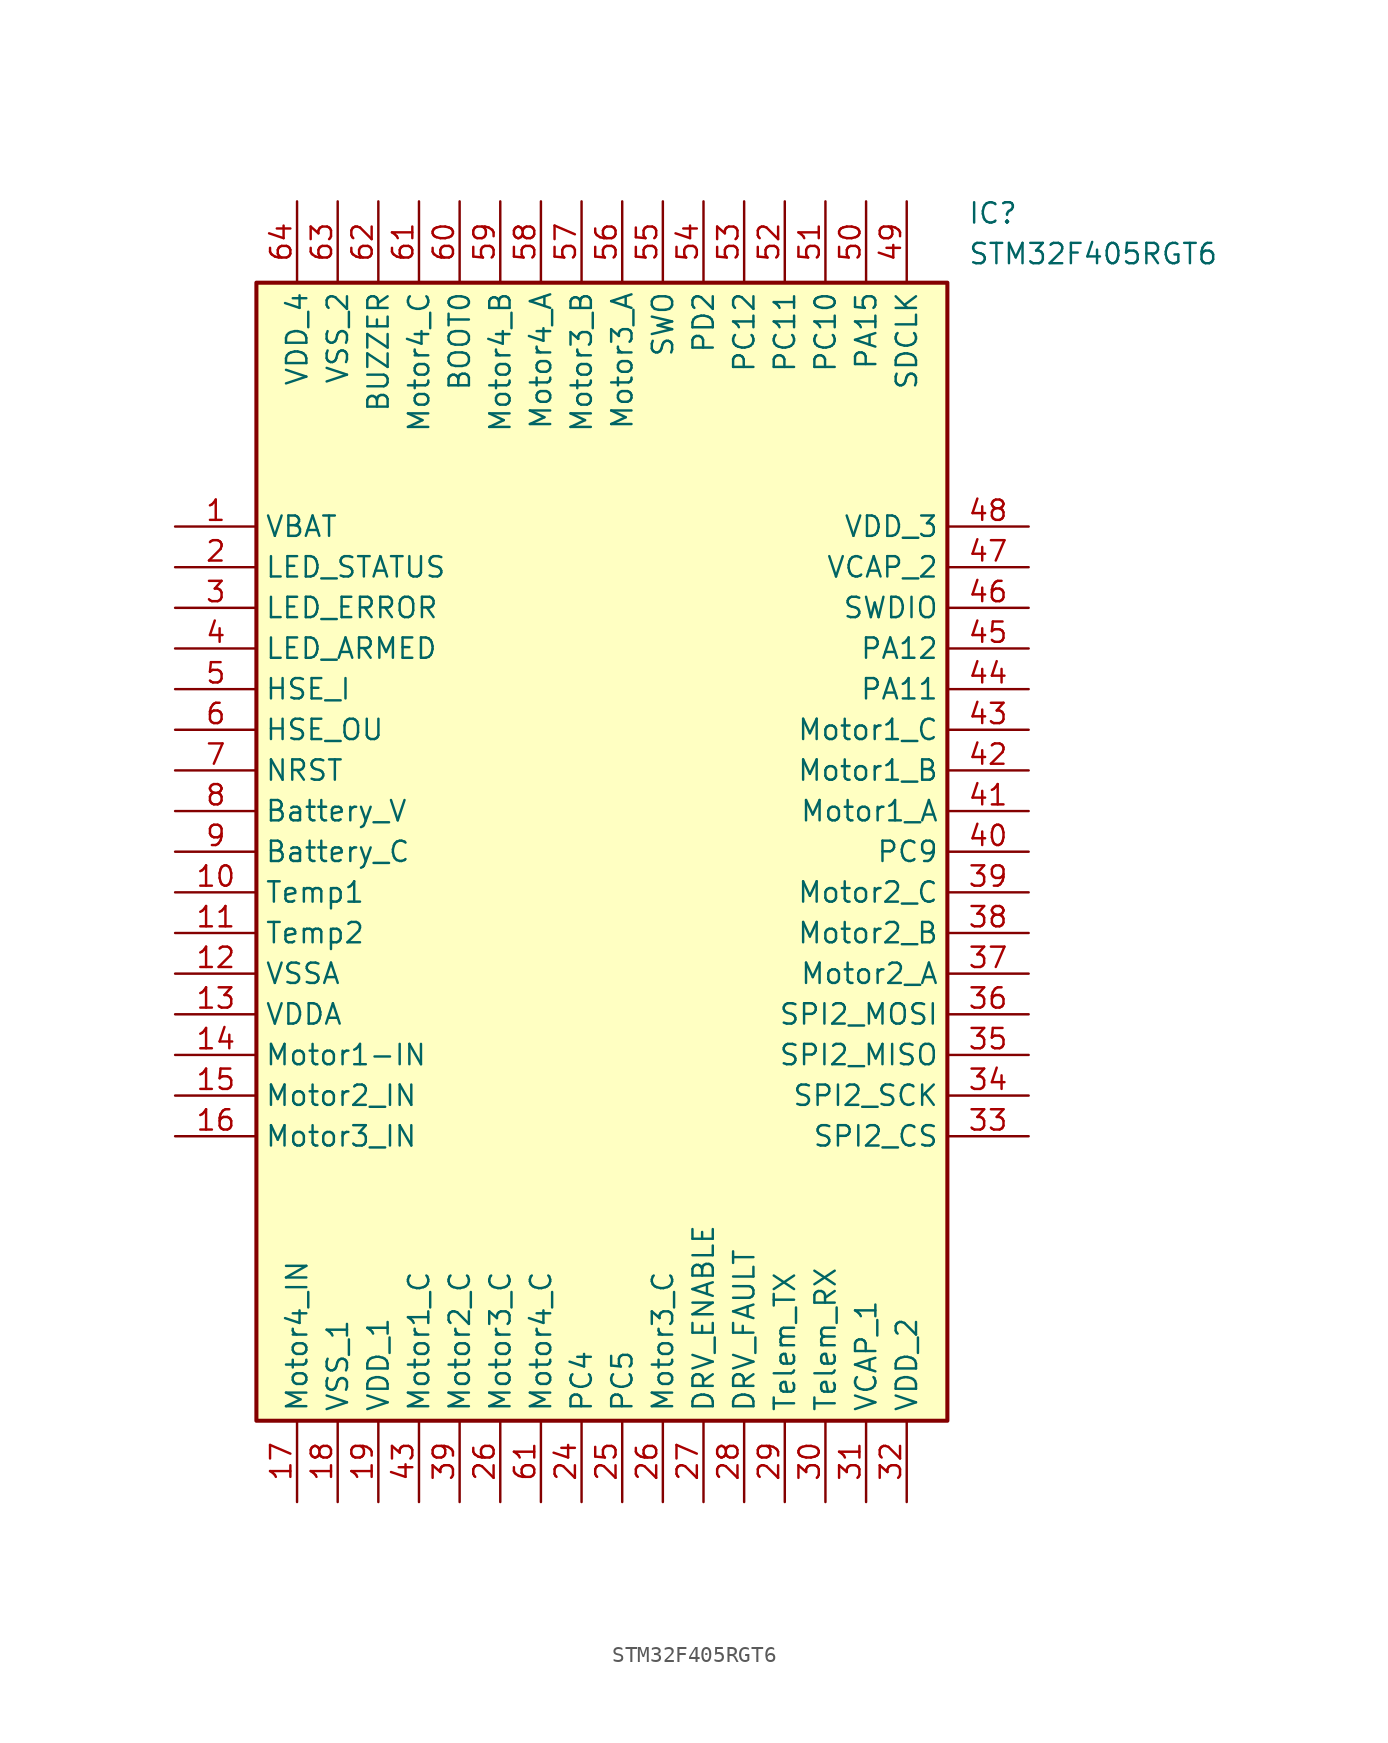
<source format=kicad_sym>
(kicad_symbol_lib
  (version 20211014)
  (generator SamacSys_ECAD_Model)
  (symbol "STM32F405RGT6"
    (property "Reference" "IC"
      (at 49.53 20.32 0)
      (effects (font (size 1.27 1.27)) (justify left top)))
    (property "Value" "STM32F405RGT6"
      (at 49.53 17.78 0)
      (effects (font (size 1.27 1.27)) (justify left top)))
    (rectangle
      (start 5.08 15.24)
      (end 48.26 -55.88)
      (stroke (width 0.254) (type default))
      (fill (type background)))
    (pin passive line
      (at 0 0 0)
      (length 5.08)
      (name "VBAT" (effects (font (size 1.27 1.27))))
      (number "1" (effects (font (size 1.27 1.27)))))
    (pin passive line
      (at 0 -2.54 0)
      (length 5.08)
      (name "LED_STATUS" (effects (font (size 1.27 1.27))))
      (number "2" (effects (font (size 1.27 1.27)))))
    (pin passive line
      (at 0 -5.08 0)
      (length 5.08)
      (name "LED_ERROR" (effects (font (size 1.27 1.27))))
      (number "3" (effects (font (size 1.27 1.27)))))
    (pin passive line
      (at 0 -7.62 0)
      (length 5.08)
      (name "LED_ARMED" (effects (font (size 1.27 1.27))))
      (number "4" (effects (font (size 1.27 1.27)))))
    (pin passive line
      (at 0 -10.16 0)
      (length 5.08)
      (name "HSE_I" (effects (font (size 1.27 1.27))))
      (number "5" (effects (font (size 1.27 1.27)))))
    (pin passive line
      (at 0 -12.7 0)
      (length 5.08)
      (name "HSE_OU" (effects (font (size 1.27 1.27))))
      (number "6" (effects (font (size 1.27 1.27)))))
    (pin passive line
      (at 0 -15.24 0)
      (length 5.08)
      (name "NRST" (effects (font (size 1.27 1.27))))
      (number "7" (effects (font (size 1.27 1.27)))))
    (pin passive line
      (at 0 -17.78 0)
      (length 5.08)
      (name "Battery_V" (effects (font (size 1.27 1.27))))
      (number "8" (effects (font (size 1.27 1.27)))))
    (pin passive line
      (at 0 -20.32 0)
      (length 5.08)
      (name "Battery_C" (effects (font (size 1.27 1.27))))
      (number "9" (effects (font (size 1.27 1.27)))))
    (pin passive line
      (at 0 -22.86 0)
      (length 5.08)
      (name "Temp1" (effects (font (size 1.27 1.27))))
      (number "10" (effects (font (size 1.27 1.27)))))
    (pin passive line
      (at 0 -25.4 0)
      (length 5.08)
      (name "Temp2" (effects (font (size 1.27 1.27))))
      (number "11" (effects (font (size 1.27 1.27)))))
    (pin passive line
      (at 0 -27.94 0)
      (length 5.08)
      (name "VSSA" (effects (font (size 1.27 1.27))))
      (number "12" (effects (font (size 1.27 1.27)))))
    (pin passive line
      (at 0 -30.48 0)
      (length 5.08)
      (name "VDDA" (effects (font (size 1.27 1.27))))
      (number "13" (effects (font (size 1.27 1.27)))))
    (pin passive line
      (at 0 -33.02 0)
      (length 5.08)
      (name "Motor1-IN" (effects (font (size 1.27 1.27))))
      (number "14" (effects (font (size 1.27 1.27)))))
    (pin passive line
      (at 0 -35.56 0)
      (length 5.08)
      (name "Motor2_IN" (effects (font (size 1.27 1.27))))
      (number "15" (effects (font (size 1.27 1.27)))))
    (pin passive line
      (at 0 -38.1 0)
      (length 5.08)
      (name "Motor3_IN" (effects (font (size 1.27 1.27))))
      (number "16" (effects (font (size 1.27 1.27)))))
    (pin passive line
      (at 7.62 -60.96 90)
      (length 5.08)
      (name "Motor4_IN" (effects (font (size 1.27 1.27))))
      (number "17" (effects (font (size 1.27 1.27)))))
    (pin passive line
      (at 10.16 -60.96 90)
      (length 5.08)
      (name "VSS_1" (effects (font (size 1.27 1.27))))
      (number "18" (effects (font (size 1.27 1.27)))))
    (pin passive line
      (at 12.7 -60.96 90)
      (length 5.08)
      (name "VDD_1" (effects (font (size 1.27 1.27))))
      (number "19" (effects (font (size 1.27 1.27)))))
    (pin passive line
      (at 15.24 -60.96 90)
      (length 5.08)
      (name "Motor1_C" (effects (font (size 1.27 1.27))))
      (number "43" (effects (font (size 1.27 1.27)))))
    (pin passive line
      (at 17.78 -60.96 90)
      (length 5.08)
      (name "Motor2_C" (effects (font (size 1.27 1.27))))
      (number "39" (effects (font (size 1.27 1.27)))))
    (pin passive line
      (at 20.32 -60.96 90)
      (length 5.08)
      (name "Motor3_C" (effects (font (size 1.27 1.27))))
      (number "26" (effects (font (size 1.27 1.27)))))
    (pin passive line
      (at 22.86 -60.96 90)
      (length 5.08)
      (name "Motor4_C" (effects (font (size 1.27 1.27))))
      (number "61" (effects (font (size 1.27 1.27)))))
    (pin passive line
      (at 25.4 -60.96 90)
      (length 5.08)
      (name "PC4" (effects (font (size 1.27 1.27))))
      (number "24" (effects (font (size 1.27 1.27)))))
    (pin passive line
      (at 27.94 -60.96 90)
      (length 5.08)
      (name "PC5" (effects (font (size 1.27 1.27))))
      (number "25" (effects (font (size 1.27 1.27)))))
    (pin passive line
      (at 30.48 -60.96 90)
      (length 5.08)
      (name "Motor3_C" (effects (font (size 1.27 1.27))))
      (number "26" (effects (font (size 1.27 1.27)))))
    (pin passive line
      (at 33.02 -60.96 90)
      (length 5.08)
      (name "DRV_ENABLE" (effects (font (size 1.27 1.27))))
      (number "27" (effects (font (size 1.27 1.27)))))
    (pin passive line
      (at 35.56 -60.96 90)
      (length 5.08)
      (name "DRV_FAULT" (effects (font (size 1.27 1.27))))
      (number "28" (effects (font (size 1.27 1.27)))))
    (pin passive line
      (at 38.1 -60.96 90)
      (length 5.08)
      (name "Telem_TX" (effects (font (size 1.27 1.27))))
      (number "29" (effects (font (size 1.27 1.27)))))
    (pin passive line
      (at 40.64 -60.96 90)
      (length 5.08)
      (name "Telem_RX" (effects (font (size 1.27 1.27))))
      (number "30" (effects (font (size 1.27 1.27)))))
    (pin passive line
      (at 43.18 -60.96 90)
      (length 5.08)
      (name "VCAP_1" (effects (font (size 1.27 1.27))))
      (number "31" (effects (font (size 1.27 1.27)))))
    (pin passive line
      (at 45.72 -60.96 90)
      (length 5.08)
      (name "VDD_2" (effects (font (size 1.27 1.27))))
      (number "32" (effects (font (size 1.27 1.27)))))
    (pin passive line
      (at 53.34 0 180)
      (length 5.08)
      (name "VDD_3" (effects (font (size 1.27 1.27))))
      (number "48" (effects (font (size 1.27 1.27)))))
    (pin passive line
      (at 53.34 -2.54 180)
      (length 5.08)
      (name "VCAP_2" (effects (font (size 1.27 1.27))))
      (number "47" (effects (font (size 1.27 1.27)))))
    (pin passive line
      (at 53.34 -5.08 180)
      (length 5.08)
      (name "SWDIO" (effects (font (size 1.27 1.27))))
      (number "46" (effects (font (size 1.27 1.27)))))
    (pin passive line
      (at 53.34 -7.62 180)
      (length 5.08)
      (name "PA12" (effects (font (size 1.27 1.27))))
      (number "45" (effects (font (size 1.27 1.27)))))
    (pin passive line
      (at 53.34 -10.16 180)
      (length 5.08)
      (name "PA11" (effects (font (size 1.27 1.27))))
      (number "44" (effects (font (size 1.27 1.27)))))
    (pin passive line
      (at 53.34 -12.7 180)
      (length 5.08)
      (name "Motor1_C" (effects (font (size 1.27 1.27))))
      (number "43" (effects (font (size 1.27 1.27)))))
    (pin passive line
      (at 53.34 -15.24 180)
      (length 5.08)
      (name "Motor1_B" (effects (font (size 1.27 1.27))))
      (number "42" (effects (font (size 1.27 1.27)))))
    (pin passive line
      (at 53.34 -17.78 180)
      (length 5.08)
      (name "Motor1_A" (effects (font (size 1.27 1.27))))
      (number "41" (effects (font (size 1.27 1.27)))))
    (pin passive line
      (at 53.34 -20.32 180)
      (length 5.08)
      (name "PC9" (effects (font (size 1.27 1.27))))
      (number "40" (effects (font (size 1.27 1.27)))))
    (pin passive line
      (at 53.34 -22.86 180)
      (length 5.08)
      (name "Motor2_C" (effects (font (size 1.27 1.27))))
      (number "39" (effects (font (size 1.27 1.27)))))
    (pin passive line
      (at 53.34 -25.4 180)
      (length 5.08)
      (name "Motor2_B" (effects (font (size 1.27 1.27))))
      (number "38" (effects (font (size 1.27 1.27)))))
    (pin passive line
      (at 53.34 -27.94 180)
      (length 5.08)
      (name "Motor2_A" (effects (font (size 1.27 1.27))))
      (number "37" (effects (font (size 1.27 1.27)))))
    (pin passive line
      (at 53.34 -30.48 180)
      (length 5.08)
      (name "SPI2_MOSI" (effects (font (size 1.27 1.27))))
      (number "36" (effects (font (size 1.27 1.27)))))
    (pin passive line
      (at 53.34 -33.02 180)
      (length 5.08)
      (name "SPI2_MISO" (effects (font (size 1.27 1.27))))
      (number "35" (effects (font (size 1.27 1.27)))))
    (pin passive line
      (at 53.34 -35.56 180)
      (length 5.08)
      (name "SPI2_SCK" (effects (font (size 1.27 1.27))))
      (number "34" (effects (font (size 1.27 1.27)))))
    (pin passive line
      (at 53.34 -38.1 180)
      (length 5.08)
      (name "SPI2_CS" (effects (font (size 1.27 1.27))))
      (number "33" (effects (font (size 1.27 1.27)))))
    (pin passive line
      (at 7.62 20.32 270)
      (length 5.08)
      (name "VDD_4" (effects (font (size 1.27 1.27))))
      (number "64" (effects (font (size 1.27 1.27)))))
    (pin passive line
      (at 10.16 20.32 270)
      (length 5.08)
      (name "VSS_2" (effects (font (size 1.27 1.27))))
      (number "63" (effects (font (size 1.27 1.27)))))
    (pin passive line
      (at 12.7 20.32 270)
      (length 5.08)
      (name "BUZZER" (effects (font (size 1.27 1.27))))
      (number "62" (effects (font (size 1.27 1.27)))))
    (pin passive line
      (at 15.24 20.32 270)
      (length 5.08)
      (name "Motor4_C" (effects (font (size 1.27 1.27))))
      (number "61" (effects (font (size 1.27 1.27)))))
    (pin passive line
      (at 17.78 20.32 270)
      (length 5.08)
      (name "BOOT0" (effects (font (size 1.27 1.27))))
      (number "60" (effects (font (size 1.27 1.27)))))
    (pin passive line
      (at 20.32 20.32 270)
      (length 5.08)
      (name "Motor4_B" (effects (font (size 1.27 1.27))))
      (number "59" (effects (font (size 1.27 1.27)))))
    (pin passive line
      (at 22.86 20.32 270)
      (length 5.08)
      (name "Motor4_A" (effects (font (size 1.27 1.27))))
      (number "58" (effects (font (size 1.27 1.27)))))
    (pin passive line
      (at 25.4 20.32 270)
      (length 5.08)
      (name "Motor3_B" (effects (font (size 1.27 1.27))))
      (number "57" (effects (font (size 1.27 1.27)))))
    (pin passive line
      (at 27.94 20.32 270)
      (length 5.08)
      (name "Motor3_A" (effects (font (size 1.27 1.27))))
      (number "56" (effects (font (size 1.27 1.27)))))
    (pin passive line
      (at 30.48 20.32 270)
      (length 5.08)
      (name "SWO" (effects (font (size 1.27 1.27))))
      (number "55" (effects (font (size 1.27 1.27)))))
    (pin passive line
      (at 33.02 20.32 270)
      (length 5.08)
      (name "PD2" (effects (font (size 1.27 1.27))))
      (number "54" (effects (font (size 1.27 1.27)))))
    (pin passive line
      (at 35.56 20.32 270)
      (length 5.08)
      (name "PC12" (effects (font (size 1.27 1.27))))
      (number "53" (effects (font (size 1.27 1.27)))))
    (pin passive line
      (at 38.1 20.32 270)
      (length 5.08)
      (name "PC11" (effects (font (size 1.27 1.27))))
      (number "52" (effects (font (size 1.27 1.27)))))
    (pin passive line
      (at 40.64 20.32 270)
      (length 5.08)
      (name "PC10" (effects (font (size 1.27 1.27))))
      (number "51" (effects (font (size 1.27 1.27)))))
    (pin passive line
      (at 43.18 20.32 270)
      (length 5.08)
      (name "PA15" (effects (font (size 1.27 1.27))))
      (number "50" (effects (font (size 1.27 1.27)))))
    (pin passive line
      (at 45.72 20.32 270)
      (length 5.08)
      (name "SDCLK" (effects (font (size 1.27 1.27))))
      (number "49" (effects (font (size 1.27 1.27)))))))
</source>
